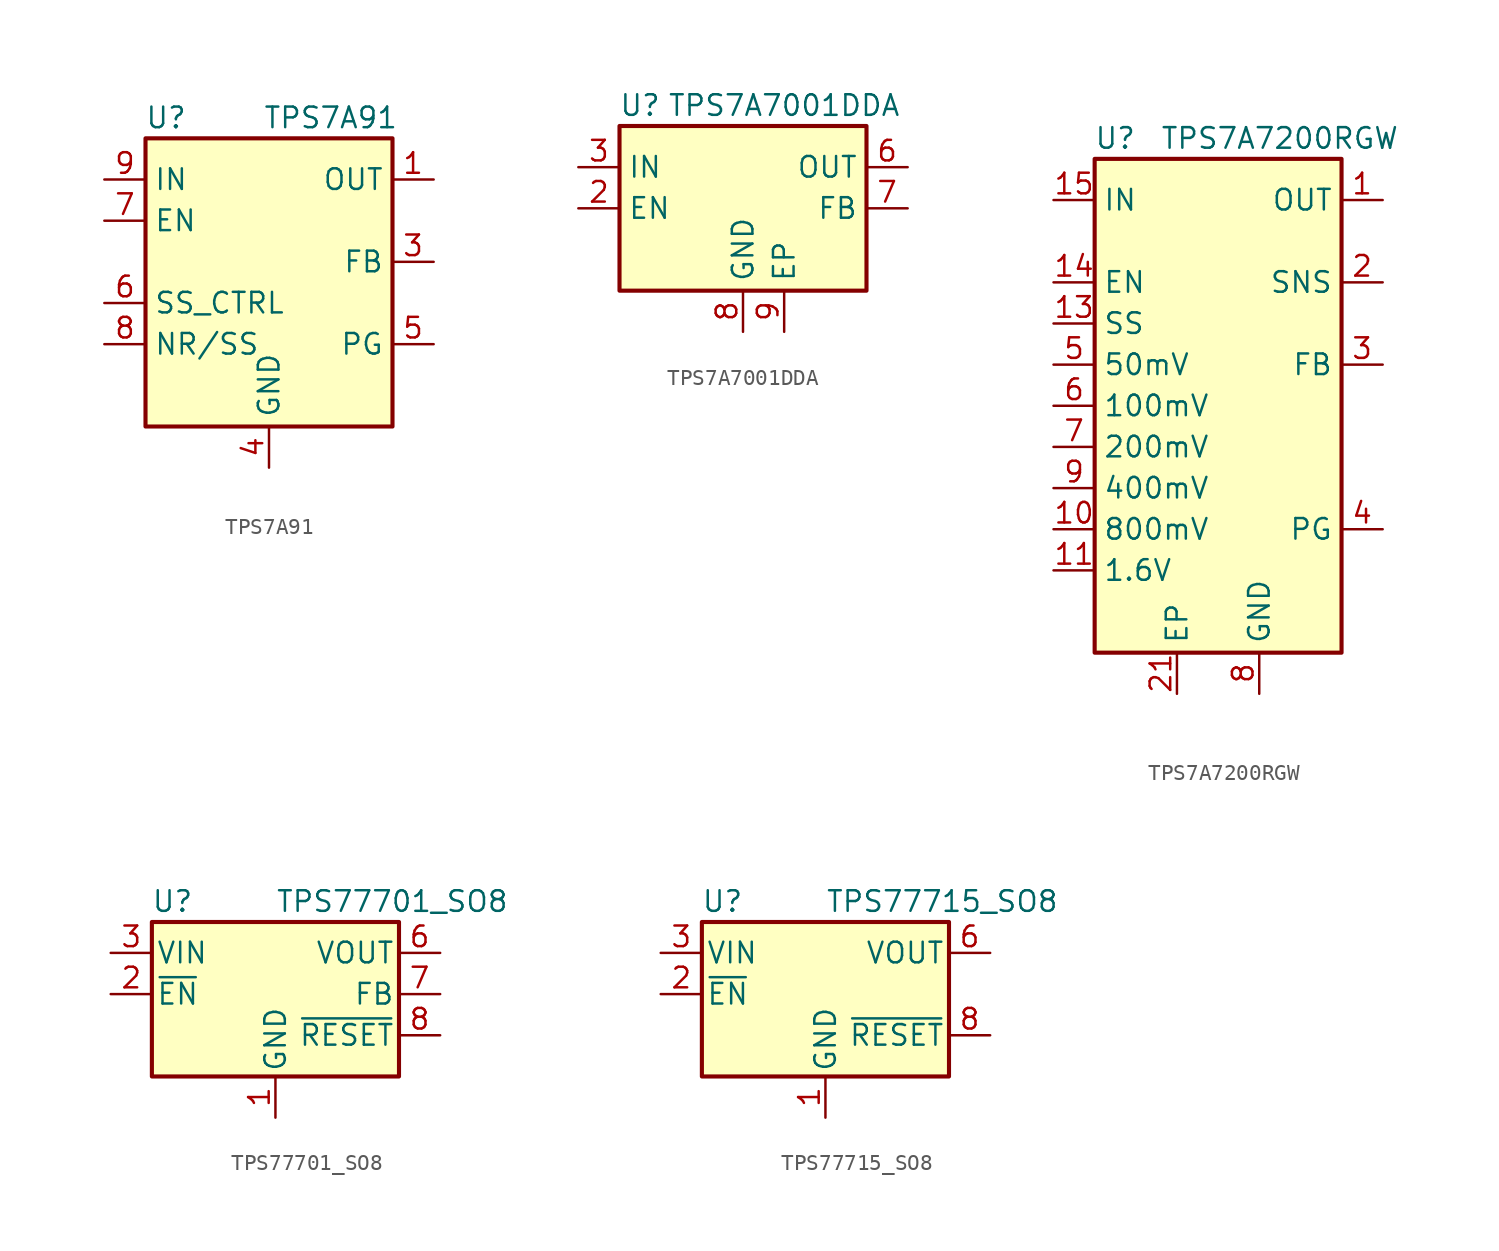
<source format=kicad_sym>
(kicad_symbol_lib
  (version 20241209)
  (generator "kicad_symbol_editor")
  (generator_version "9.0")
  (symbol "TPS7A91"
    (property "Reference" "U"
      (at -6.35 11.43 0)
      (effects (font (size 1.27 1.27))))
    (property "Value" "TPS7A91"
      (at 3.81 11.43 0)
      (effects (font (size 1.27 1.27))))
    (symbol "TPS7A91_0_1"
      (rectangle (start -7.62 10.16) (end 7.62 -7.62) (stroke (width 0.254) (type default)) (fill (type background))))
    (symbol "TPS7A91_1_1"
      (pin passive line (at -10.16 7.62 0) (length 2.54) (hide yes) (name "IN" (effects (font (size 1.27 1.27)))) (number "10" (effects (font (size 1.27 1.27)))))
      (pin power_in line (at -10.16 7.62 0) (length 2.54) (name "IN" (effects (font (size 1.27 1.27)))) (number "9" (effects (font (size 1.27 1.27)))))
      (pin input line (at -10.16 5.08 0) (length 2.54) (name "EN" (effects (font (size 1.27 1.27)))) (number "7" (effects (font (size 1.27 1.27)))))
      (pin input line (at -10.16 0 0) (length 2.54) (name "SS_CTRL" (effects (font (size 1.27 1.27)))) (number "6" (effects (font (size 1.27 1.27)))))
      (pin passive line (at -10.16 -2.54 0) (length 2.54) (name "NR/SS" (effects (font (size 1.27 1.27)))) (number "8" (effects (font (size 1.27 1.27)))))
      (pin passive line (at 0 -10.16 90) (length 2.54) (hide yes) (name "GND" (effects (font (size 1.27 1.27)))) (number "11" (effects (font (size 1.27 1.27)))))
      (pin power_in line (at 0 -10.16 90) (length 2.54) (name "GND" (effects (font (size 1.27 1.27)))) (number "4" (effects (font (size 1.27 1.27)))))
      (pin power_out line (at 10.16 7.62 180) (length 2.54) (name "OUT" (effects (font (size 1.27 1.27)))) (number "1" (effects (font (size 1.27 1.27)))))
      (pin passive line (at 10.16 7.62 180) (length 2.54) (hide yes) (name "OUT" (effects (font (size 1.27 1.27)))) (number "2" (effects (font (size 1.27 1.27)))))
      (pin input line (at 10.16 2.54 180) (length 2.54) (name "FB" (effects (font (size 1.27 1.27)))) (number "3" (effects (font (size 1.27 1.27)))))
      (pin open_collector line (at 10.16 -2.54 180) (length 2.54) (name "PG" (effects (font (size 1.27 1.27)))) (number "5" (effects (font (size 1.27 1.27)))))))
  (symbol "TPS7A7001DDA"
    (property "Reference" "U"
      (at -6.35 6.35 0)
      (effects (font (size 1.27 1.27))))
    (property "Value" "TPS7A7001DDA"
      (at 2.54 6.35 0)
      (effects (font (size 1.27 1.27))))
    (symbol "TPS7A7001DDA_0_1"
      (rectangle (start -7.62 5.08) (end 7.62 -5.08) (stroke (width 0.254) (type default)) (fill (type background))))
    (symbol "TPS7A7001DDA_1_1"
      (pin power_in line (at -10.16 2.54 0) (length 2.54) (name "IN" (effects (font (size 1.27 1.27)))) (number "3" (effects (font (size 1.27 1.27)))))
      (pin input line (at -10.16 0 0) (length 2.54) (name "EN" (effects (font (size 1.27 1.27)))) (number "2" (effects (font (size 1.27 1.27)))))
      (pin no_connect line (at -7.62 -2.54 0) (length 2.54) (hide yes) (name "NC" (effects (font (size 1.27 1.27)))) (number "1" (effects (font (size 1.27 1.27)))))
      (pin no_connect line (at -2.54 -5.08 90) (length 2.54) (hide yes) (name "NC" (effects (font (size 1.27 1.27)))) (number "5" (effects (font (size 1.27 1.27)))))
      (pin power_in line (at 0 -7.62 90) (length 2.54) (name "GND" (effects (font (size 1.27 1.27)))) (number "8" (effects (font (size 1.27 1.27)))))
      (pin passive line (at 2.54 -7.62 90) (length 2.54) (name "EP" (effects (font (size 1.27 1.27)))) (number "9" (effects (font (size 1.27 1.27)))))
      (pin no_connect line (at 7.62 -2.54 180) (length 2.54) (hide yes) (name "NC" (effects (font (size 1.27 1.27)))) (number "4" (effects (font (size 1.27 1.27)))))
      (pin power_out line (at 10.16 2.54 180) (length 2.54) (name "OUT" (effects (font (size 1.27 1.27)))) (number "6" (effects (font (size 1.27 1.27)))))
      (pin input line (at 10.16 0 180) (length 2.54) (name "FB" (effects (font (size 1.27 1.27)))) (number "7" (effects (font (size 1.27 1.27)))))))
  (symbol "TPS7A7200RGW"
    (property "Reference" "U"
      (at -6.35 16.51 0)
      (effects (font (size 1.27 1.27))))
    (property "Value" "TPS7A7200RGW"
      (at 3.81 16.51 0)
      (effects (font (size 1.27 1.27))))
    (symbol "TPS7A7200RGW_0_1"
      (rectangle (start -7.62 15.24) (end 7.62 -15.24) (stroke (width 0.254) (type default)) (fill (type background))))
    (symbol "TPS7A7200RGW_1_1"
      (pin power_in line (at -10.16 12.7 0) (length 2.54) (name "IN" (effects (font (size 1.27 1.27)))) (number "15" (effects (font (size 1.27 1.27)))))
      (pin passive line (at -10.16 12.7 0) (length 2.54) (hide yes) (name "IN" (effects (font (size 1.27 1.27)))) (number "16" (effects (font (size 1.27 1.27)))))
      (pin passive line (at -10.16 12.7 0) (length 2.54) (hide yes) (name "IN" (effects (font (size 1.27 1.27)))) (number "17" (effects (font (size 1.27 1.27)))))
      (pin input line (at -10.16 7.62 0) (length 2.54) (name "EN" (effects (font (size 1.27 1.27)))) (number "14" (effects (font (size 1.27 1.27)))))
      (pin input line (at -10.16 5.08 0) (length 2.54) (name "SS" (effects (font (size 1.27 1.27)))) (number "13" (effects (font (size 1.27 1.27)))))
      (pin input line (at -10.16 2.54 0) (length 2.54) (name "50mV" (effects (font (size 1.27 1.27)))) (number "5" (effects (font (size 1.27 1.27)))))
      (pin input line (at -10.16 0 0) (length 2.54) (name "100mV" (effects (font (size 1.27 1.27)))) (number "6" (effects (font (size 1.27 1.27)))))
      (pin input line (at -10.16 -2.54 0) (length 2.54) (name "200mV" (effects (font (size 1.27 1.27)))) (number "7" (effects (font (size 1.27 1.27)))))
      (pin input line (at -10.16 -5.08 0) (length 2.54) (name "400mV" (effects (font (size 1.27 1.27)))) (number "9" (effects (font (size 1.27 1.27)))))
      (pin input line (at -10.16 -7.62 0) (length 2.54) (name "800mV" (effects (font (size 1.27 1.27)))) (number "10" (effects (font (size 1.27 1.27)))))
      (pin input line (at -10.16 -10.16 0) (length 2.54) (name "1.6V" (effects (font (size 1.27 1.27)))) (number "11" (effects (font (size 1.27 1.27)))))
      (pin no_connect line (at -7.62 10.16 0) (length 2.54) (hide yes) (name "NC" (effects (font (size 1.27 1.27)))) (number "12" (effects (font (size 1.27 1.27)))))
      (pin passive line (at -2.54 -17.78 90) (length 2.54) (name "EP" (effects (font (size 1.27 1.27)))) (number "21" (effects (font (size 1.27 1.27)))))
      (pin passive line (at 2.54 -17.78 90) (length 2.54) (hide yes) (name "GND" (effects (font (size 1.27 1.27)))) (number "18" (effects (font (size 1.27 1.27)))))
      (pin power_in line (at 2.54 -17.78 90) (length 2.54) (name "GND" (effects (font (size 1.27 1.27)))) (number "8" (effects (font (size 1.27 1.27)))))
      (pin power_out line (at 10.16 12.7 180) (length 2.54) (name "OUT" (effects (font (size 1.27 1.27)))) (number "1" (effects (font (size 1.27 1.27)))))
      (pin passive line (at 10.16 12.7 180) (length 2.54) (hide yes) (name "OUT" (effects (font (size 1.27 1.27)))) (number "19" (effects (font (size 1.27 1.27)))))
      (pin passive line (at 10.16 12.7 180) (length 2.54) (hide yes) (name "OUT" (effects (font (size 1.27 1.27)))) (number "20" (effects (font (size 1.27 1.27)))))
      (pin input line (at 10.16 7.62 180) (length 2.54) (name "SNS" (effects (font (size 1.27 1.27)))) (number "2" (effects (font (size 1.27 1.27)))))
      (pin input line (at 10.16 2.54 180) (length 2.54) (name "FB" (effects (font (size 1.27 1.27)))) (number "3" (effects (font (size 1.27 1.27)))))
      (pin open_collector line (at 10.16 -7.62 180) (length 2.54) (name "PG" (effects (font (size 1.27 1.27)))) (number "4" (effects (font (size 1.27 1.27)))))))
  (symbol "TPS77701_SO8"
    (pin_names
      (offset 0.254))
    (property "Reference" "U"
      (at -6.35 5.715 0)
      (effects (font (size 1.27 1.27))))
    (property "Value" "TPS77701_SO8"
      (at 0 5.715 0)
      (effects (font (size 1.27 1.27)) (justify left)))
    (symbol "TPS77701_SO8_0_1"
      (rectangle (start -7.62 4.445) (end 7.62 -5.08) (stroke (width 0.254) (type default)) (fill (type background))))
    (symbol "TPS77701_SO8_1_1"
      (pin power_in line (at -10.16 2.54 0) (length 2.54) (name "VIN" (effects (font (size 1.27 1.27)))) (number "3" (effects (font (size 1.27 1.27)))))
      (pin passive line (at -10.16 2.54 0) (length 2.54) (hide yes) (name "VIN" (effects (font (size 1.27 1.27)))) (number "4" (effects (font (size 1.27 1.27)))))
      (pin input line (at -10.16 0 0) (length 2.54) (name "~{EN}" (effects (font (size 1.27 1.27)))) (number "2" (effects (font (size 1.27 1.27)))))
      (pin power_in line (at 0 -7.62 90) (length 2.54) (name "GND" (effects (font (size 1.27 1.27)))) (number "1" (effects (font (size 1.27 1.27)))))
      (pin passive line (at 10.16 2.54 180) (length 2.54) (hide yes) (name "VOUT" (effects (font (size 1.27 1.27)))) (number "5" (effects (font (size 1.27 1.27)))))
      (pin power_out line (at 10.16 2.54 180) (length 2.54) (name "VOUT" (effects (font (size 1.27 1.27)))) (number "6" (effects (font (size 1.27 1.27)))))
      (pin passive line (at 10.16 0 180) (length 2.54) (name "FB" (effects (font (size 1.27 1.27)))) (number "7" (effects (font (size 1.27 1.27)))))
      (pin open_collector line (at 10.16 -2.54 180) (length 2.54) (name "~{RESET}" (effects (font (size 1.27 1.27)))) (number "8" (effects (font (size 1.27 1.27)))))))
  (symbol "TPS77715_SO8"
    (pin_names
      (offset 0.254))
    (property "Reference" "U"
      (at -6.35 5.715 0)
      (effects (font (size 1.27 1.27))))
    (property "Value" "TPS77715_SO8"
      (at 0 5.715 0)
      (effects (font (size 1.27 1.27)) (justify left)))
    (symbol "TPS77715_SO8_0_1"
      (rectangle (start -7.62 4.445) (end 7.62 -5.08) (stroke (width 0.254) (type default)) (fill (type background))))
    (symbol "TPS77715_SO8_1_1"
      (pin power_in line (at -10.16 2.54 0) (length 2.54) (name "VIN" (effects (font (size 1.27 1.27)))) (number "3" (effects (font (size 1.27 1.27)))))
      (pin passive line (at -10.16 2.54 0) (length 2.54) (hide yes) (name "VIN" (effects (font (size 1.27 1.27)))) (number "4" (effects (font (size 1.27 1.27)))))
      (pin input line (at -10.16 0 0) (length 2.54) (name "~{EN}" (effects (font (size 1.27 1.27)))) (number "2" (effects (font (size 1.27 1.27)))))
      (pin power_in line (at 0 -7.62 90) (length 2.54) (name "GND" (effects (font (size 1.27 1.27)))) (number "1" (effects (font (size 1.27 1.27)))))
      (pin no_connect line (at 7.62 0 180) (length 2.54) (hide yes) (name "NC" (effects (font (size 1.27 1.27)))) (number "7" (effects (font (size 1.27 1.27)))))
      (pin passive line (at 10.16 2.54 180) (length 2.54) (hide yes) (name "VOUT" (effects (font (size 1.27 1.27)))) (number "5" (effects (font (size 1.27 1.27)))))
      (pin power_out line (at 10.16 2.54 180) (length 2.54) (name "VOUT" (effects (font (size 1.27 1.27)))) (number "6" (effects (font (size 1.27 1.27)))))
      (pin open_collector line (at 10.16 -2.54 180) (length 2.54) (name "~{RESET}" (effects (font (size 1.27 1.27)))) (number "8" (effects (font (size 1.27 1.27))))))))
</source>
